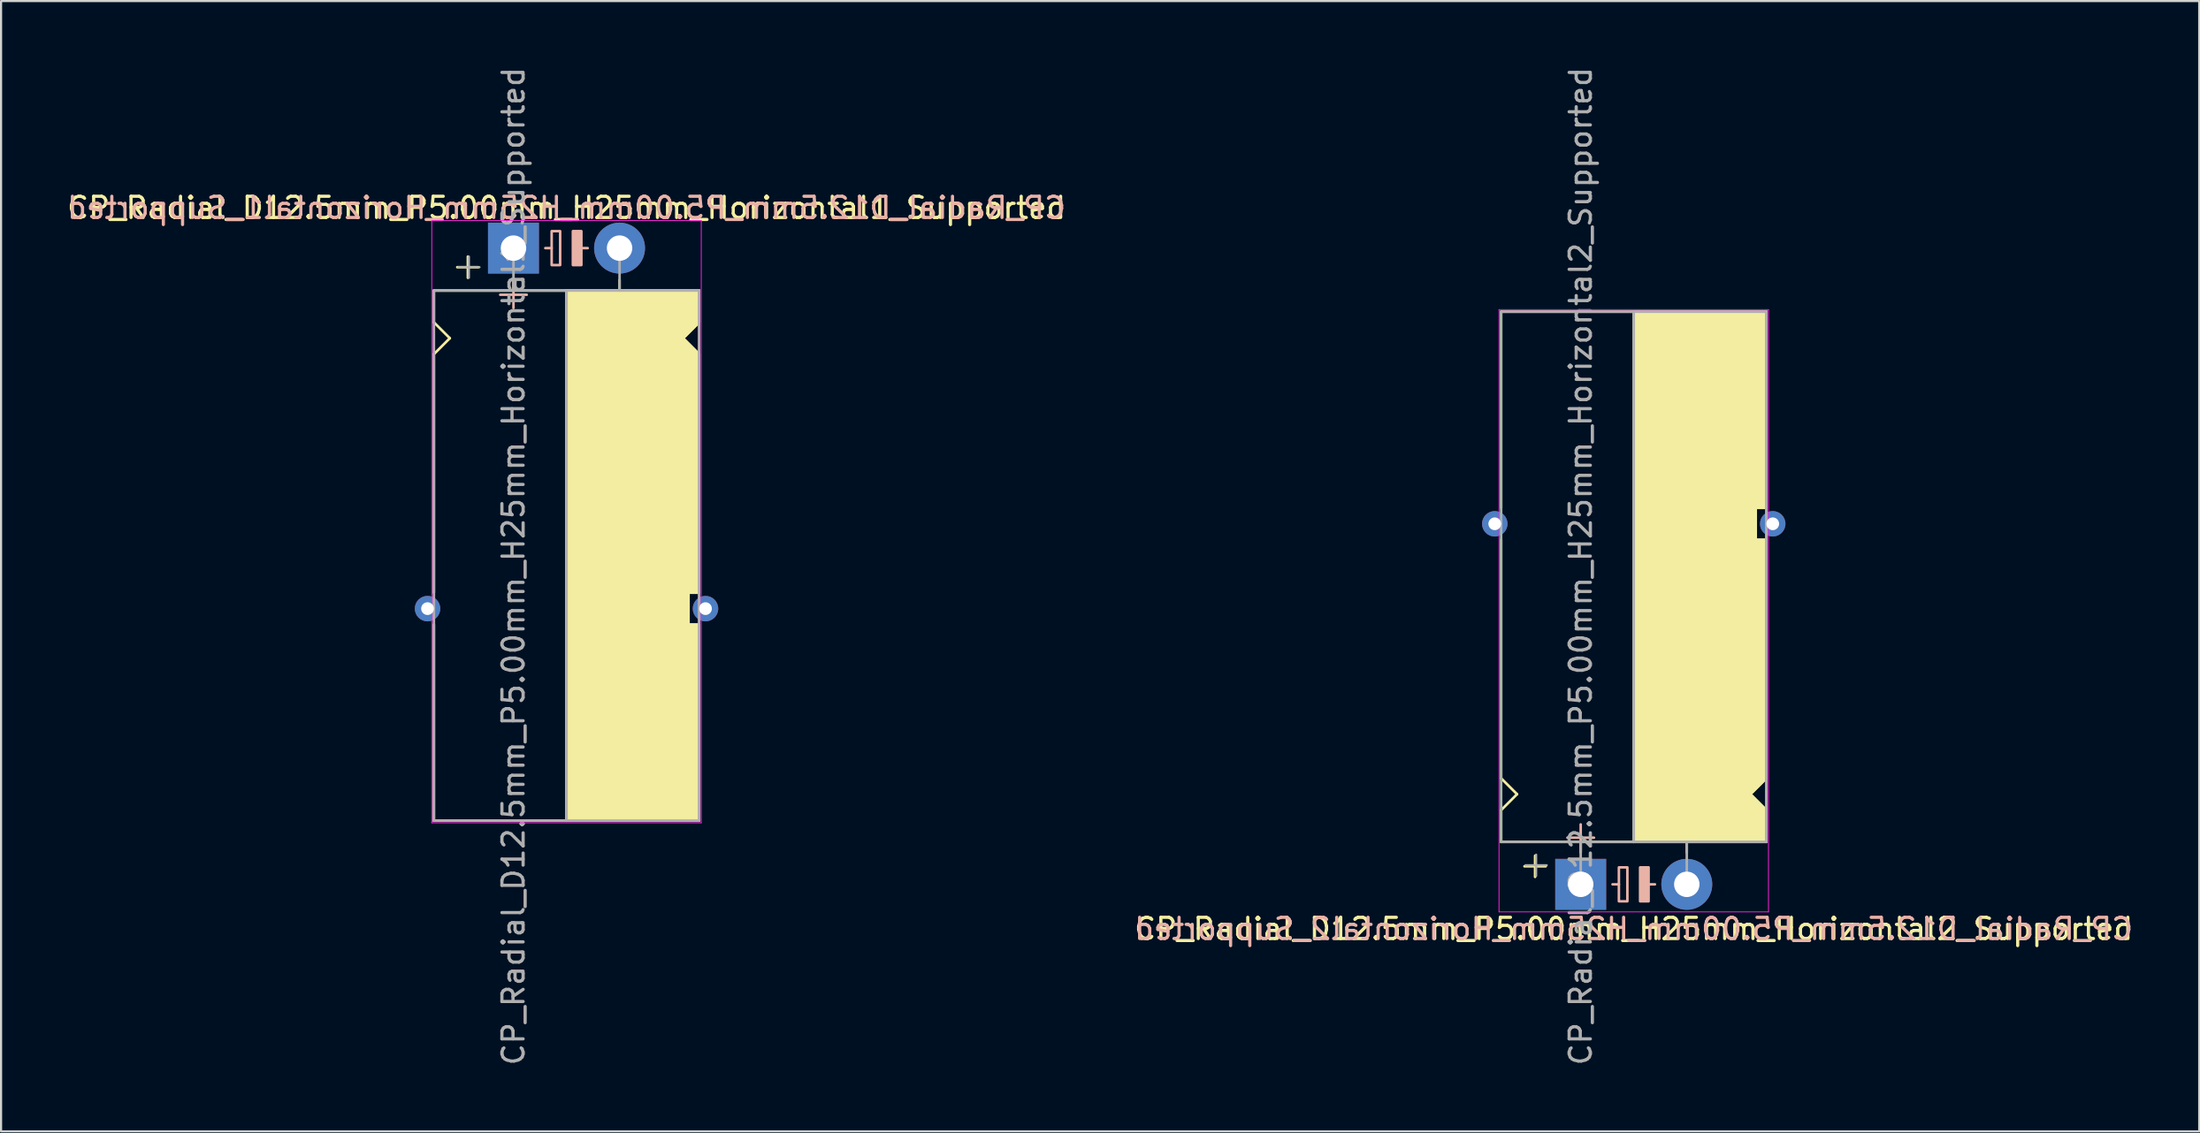
<source format=kicad_pcb>
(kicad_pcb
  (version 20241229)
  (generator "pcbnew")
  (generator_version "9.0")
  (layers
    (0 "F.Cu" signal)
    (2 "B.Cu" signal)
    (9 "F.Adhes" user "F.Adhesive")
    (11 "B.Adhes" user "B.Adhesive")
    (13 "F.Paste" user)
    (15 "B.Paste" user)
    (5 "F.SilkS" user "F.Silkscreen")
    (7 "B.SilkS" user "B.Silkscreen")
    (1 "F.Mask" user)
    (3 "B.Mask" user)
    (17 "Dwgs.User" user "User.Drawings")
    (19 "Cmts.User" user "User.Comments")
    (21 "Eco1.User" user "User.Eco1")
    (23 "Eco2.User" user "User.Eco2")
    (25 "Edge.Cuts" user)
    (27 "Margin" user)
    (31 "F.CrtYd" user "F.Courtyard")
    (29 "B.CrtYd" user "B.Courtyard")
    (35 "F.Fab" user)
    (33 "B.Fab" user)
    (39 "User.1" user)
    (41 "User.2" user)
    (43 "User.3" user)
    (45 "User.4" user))
  (footprint "CP_Radial_D12.5mm_P5.00mm_H25mm_Horizontal1_Supported"
    (layer "F.Cu")
    (at 21.149 8.649)
    (property "Reference" "CP_Radial_D12.5mm_P5.00mm_H25mm_Horizontal1_Supported" (at 2.5 -1.9 180) (layer "F.SilkS") (effects (font (size 1 1) (thickness 0.15))))
    (fp_line (start -3.75 2) (end -3.75 3.5) (stroke (width 0.12) (type solid)) (layer "F.SilkS"))
    (fp_line (start -3.75 3.5) (end -3 4.25) (stroke (width 0.12) (type solid)) (layer "F.SilkS"))
    (fp_line (start -3.75 5) (end -3.75 16.25) (stroke (width 0.12) (type solid)) (layer "F.SilkS"))
    (fp_line (start -3.75 27) (end -3.75 17.75) (stroke (width 0.12) (type solid)) (layer "F.SilkS"))
    (fp_line (start -3 4.25) (end -3.75 5) (stroke (width 0.12) (type solid)) (layer "F.SilkS"))
    (fp_line (start -2.15 0.4) (end -2.15 1.4) (stroke (width 0.12) (type solid)) (layer "F.SilkS"))
    (fp_line (start -1.65 0.9) (end -2.65 0.9) (stroke (width 0.12) (type solid)) (layer "F.SilkS"))
    (fp_line (start 0 1.5) (end 0 2) (stroke (width 0.12) (type solid)) (layer "F.SilkS"))
    (fp_line (start 2.5 2) (end -3.75 2) (stroke (width 0.12) (type solid)) (layer "F.SilkS"))
    (fp_line (start 2.5 2) (end 2.5 27) (stroke (width 0.12) (type solid)) (layer "F.SilkS"))
    (fp_line (start 2.5 2) (end 8.75 2) (stroke (width 0.12) (type solid)) (layer "F.SilkS"))
    (fp_line (start 5 1.5) (end 5 2) (stroke (width 0.12) (type solid)) (layer "F.SilkS"))
    (fp_line (start 8 4.25) (end 8.75 5) (stroke (width 0.12) (type solid)) (layer "F.SilkS"))
    (fp_line (start 8.25 16.25) (end 8.75 16.25) (stroke (width 0.12) (type solid)) (layer "F.SilkS"))
    (fp_line (start 8.25 17.75) (end 8.25 16.25) (stroke (width 0.12) (type solid)) (layer "F.SilkS"))
    (fp_line (start 8.75 2) (end 8.75 3.5) (stroke (width 0.12) (type solid)) (layer "F.SilkS"))
    (fp_line (start 8.75 3.5) (end 8 4.25) (stroke (width 0.12) (type solid)) (layer "F.SilkS"))
    (fp_line (start 8.75 5) (end 8.75 16.25) (stroke (width 0.12) (type solid)) (layer "F.SilkS"))
    (fp_line (start 8.75 17.75) (end 8.25 17.75) (stroke (width 0.12) (type solid)) (layer "F.SilkS"))
    (fp_line (start 8.75 27) (end -3.75 27) (stroke (width 0.12) (type solid)) (layer "F.SilkS"))
    (fp_line (start 8.75 27) (end 8.75 17.75) (stroke (width 0.12) (type solid)) (layer "F.SilkS"))
    (fp_poly (pts (xy 8.75 3.5) (xy 8 4.25) (xy 8.75 5) (xy 8.75 16.25) (xy 8.25 16.25) (xy 8.25 17.75) (xy 8.75 17.75) (xy 8.75 27) (xy 2.5 27) (xy 2.5 2) (xy 8.75 2)) (stroke (width 0.1) (type solid)) (fill yes) (layer "F.SilkS"))
    (fp_line (start 0 1.575) (end 0 2.825) (stroke (width 0.12) (type solid)) (layer "B.SilkS"))
    (fp_line (start 0.625 2.2) (end -0.625 2.2) (stroke (width 0.12) (type solid)) (layer "B.SilkS"))
    (fp_line (start 1.8 0) (end 1.5 0) (stroke (width 0.12) (type solid)) (layer "B.SilkS"))
    (fp_line (start 3.5 0) (end 3.2 0) (stroke (width 0.12) (type solid)) (layer "B.SilkS"))
    (fp_rect (start 2.2 -0.8) (end 1.8 0.8) (stroke (width 0.12) (type solid)) (fill no) (layer "B.SilkS"))
    (fp_rect (start 3.2 -0.8) (end 2.8 0.8) (stroke (width 0.12) (type solid)) (fill yes) (layer "B.SilkS"))
    (fp_line (start -3.85 -1.3) (end 8.85 -1.3) (stroke (width 0.04) (type solid)) (layer "F.CrtYd"))
    (fp_line (start -3.85 27.1) (end -3.85 -1.3) (stroke (width 0.04) (type solid)) (layer "F.CrtYd"))
    (fp_line (start 8.85 -1.3) (end 8.85 27.1) (stroke (width 0.04) (type solid)) (layer "F.CrtYd"))
    (fp_line (start 8.85 27.1) (end -3.85 27.1) (stroke (width 0.04) (type solid)) (layer "F.CrtYd"))
    (fp_line (start -3.75 2) (end -3.75 27) (stroke (width 0.12) (type solid)) (layer "F.Fab"))
    (fp_line (start -3.75 27) (end 8.75 27) (stroke (width 0.12) (type solid)) (layer "F.Fab"))
    (fp_line (start -2.6 0.9) (end -1.6 0.9) (stroke (width 0.1) (type solid)) (layer "F.Fab"))
    (fp_line (start -2.1 1.4) (end -2.1 0.4) (stroke (width 0.1) (type solid)) (layer "F.Fab"))
    (fp_line (start 0 0) (end 0 2) (stroke (width 0.12) (type solid)) (layer "F.Fab"))
    (fp_line (start 0 2) (end -3.75 2) (stroke (width 0.12) (type solid)) (layer "F.Fab"))
    (fp_line (start 2.5 2) (end 2.5 27) (stroke (width 0.12) (type solid)) (layer "F.Fab"))
    (fp_line (start 5 2) (end 5 0) (stroke (width 0.12) (type solid)) (layer "F.Fab"))
    (fp_line (start 8.75 2) (end 0 2) (stroke (width 0.12) (type solid)) (layer "F.Fab"))
    (fp_line (start 8.75 27) (end 8.75 2) (stroke (width 0.12) (type solid)) (layer "F.Fab"))
    (fp_poly (pts (xy 8.75 27) (xy 2.5 27) (xy 2.5 2) (xy 8.75 2)) (stroke (width 0.1) (type solid)) (fill no) (layer "F.Fab"))
    (fp_text user "${REFERENCE}" (at 2.5 -1.9 0) (layer "B.SilkS") (effects (font (size 1 1) (thickness 0.15)) (justify mirror)))
    (fp_text user "${REFERENCE}" (at 0 15 90) (layer "F.Fab") (effects (font (size 1 1) (thickness 0.15))))
    (pad "1" thru_hole rect (at 0 0) (size 2.4 2.4) (drill 1.2) (layers "*.Cu" "*.Mask"))
    (pad "2" thru_hole circle (at 5 0) (size 2.4 2.4) (drill 1.2) (layers "*.Cu" "*.Mask"))
    (pad "~" thru_hole circle (at -4.05 17) (size 1.2 1.2) (drill 0.6) (layers "*.Cu" "*.Mask"))
    (pad "~" thru_hole circle (at 9.05 17) (size 1.2 1.2) (drill 0.6) (layers "*.Cu" "*.Mask")))
  (footprint "CP_Radial_D12.5mm_P5.00mm_H25mm_Horizontal2_Supported"
    (layer "F.Cu")
    (at 71.446 38.649)
    (property "Reference" "CP_Radial_D12.5mm_P5.00mm_H25mm_Horizontal2_Supported" (at 2.5 2.1 180) (layer "F.SilkS") (effects (font (size 1 1) (thickness 0.15))))
    (fp_line (start -3.75 -27) (end -3.75 -17.75) (stroke (width 0.12) (type solid)) (layer "F.SilkS"))
    (fp_line (start -3.75 -5) (end -3.75 -16.25) (stroke (width 0.12) (type solid)) (layer "F.SilkS"))
    (fp_line (start -3.75 -3.5) (end -3 -4.25) (stroke (width 0.12) (type solid)) (layer "F.SilkS"))
    (fp_line (start -3.75 -2) (end -3.75 -3.5) (stroke (width 0.12) (type solid)) (layer "F.SilkS"))
    (fp_line (start -3 -4.25) (end -3.75 -5) (stroke (width 0.12) (type solid)) (layer "F.SilkS"))
    (fp_line (start -2.15 -1.35) (end -2.15 -0.35) (stroke (width 0.12) (type solid)) (layer "F.SilkS"))
    (fp_line (start -1.65 -0.85) (end -2.65 -0.85) (stroke (width 0.12) (type solid)) (layer "F.SilkS"))
    (fp_line (start 0 -1.5) (end 0 -2) (stroke (width 0.12) (type solid)) (layer "F.SilkS"))
    (fp_line (start 2.5 -2) (end -3.75 -2) (stroke (width 0.12) (type solid)) (layer "F.SilkS"))
    (fp_line (start 2.5 -2) (end 2.5 -27) (stroke (width 0.12) (type solid)) (layer "F.SilkS"))
    (fp_line (start 2.5 -2) (end 8.75 -2) (stroke (width 0.12) (type solid)) (layer "F.SilkS"))
    (fp_line (start 5 -1.5) (end 5 -2) (stroke (width 0.12) (type solid)) (layer "F.SilkS"))
    (fp_line (start 8 -4.25) (end 8.75 -5) (stroke (width 0.12) (type solid)) (layer "F.SilkS"))
    (fp_line (start 8.25 -17.75) (end 8.25 -16.25) (stroke (width 0.12) (type solid)) (layer "F.SilkS"))
    (fp_line (start 8.25 -16.25) (end 8.75 -16.25) (stroke (width 0.12) (type solid)) (layer "F.SilkS"))
    (fp_line (start 8.75 -27) (end -3.75 -27) (stroke (width 0.12) (type solid)) (layer "F.SilkS"))
    (fp_line (start 8.75 -27) (end 8.75 -17.75) (stroke (width 0.12) (type solid)) (layer "F.SilkS"))
    (fp_line (start 8.75 -17.75) (end 8.25 -17.75) (stroke (width 0.12) (type solid)) (layer "F.SilkS"))
    (fp_line (start 8.75 -5) (end 8.75 -16.25) (stroke (width 0.12) (type solid)) (layer "F.SilkS"))
    (fp_line (start 8.75 -3.5) (end 8 -4.25) (stroke (width 0.12) (type solid)) (layer "F.SilkS"))
    (fp_line (start 8.75 -2) (end 8.75 -3.5) (stroke (width 0.12) (type solid)) (layer "F.SilkS"))
    (fp_poly (pts (xy 8.75 -3.5) (xy 8 -4.25) (xy 8.75 -5) (xy 8.75 -16.25) (xy 8.25 -16.25) (xy 8.25 -17.75) (xy 8.75 -17.75) (xy 8.75 -27) (xy 2.5 -27) (xy 2.5 -2) (xy 8.75 -2)) (stroke (width 0.1) (type solid)) (fill yes) (layer "F.SilkS"))
    (fp_line (start 0 -2.825) (end 0 -1.575) (stroke (width 0.12) (type solid)) (layer "B.SilkS"))
    (fp_line (start 0.625 -2.2) (end -0.625 -2.2) (stroke (width 0.12) (type solid)) (layer "B.SilkS"))
    (fp_line (start 1.8 0) (end 1.5 0) (stroke (width 0.12) (type solid)) (layer "B.SilkS"))
    (fp_line (start 3.5 0) (end 3.2 0) (stroke (width 0.12) (type solid)) (layer "B.SilkS"))
    (fp_rect (start 2.2 -0.8) (end 1.8 0.8) (stroke (width 0.12) (type solid)) (fill no) (layer "B.SilkS"))
    (fp_rect (start 3.2 -0.8) (end 2.8 0.8) (stroke (width 0.12) (type solid)) (fill yes) (layer "B.SilkS"))
    (fp_line (start -3.85 -27.1) (end -3.85 1.3) (stroke (width 0.04) (type solid)) (layer "F.CrtYd"))
    (fp_line (start 8.85 -27.1) (end -3.85 -27.1) (stroke (width 0.04) (type solid)) (layer "F.CrtYd"))
    (fp_line (start 8.85 1.3) (end -3.85 1.3) (stroke (width 0.04) (type solid)) (layer "F.CrtYd"))
    (fp_line (start 8.85 1.3) (end 8.85 -27.1) (stroke (width 0.04) (type solid)) (layer "F.CrtYd"))
    (fp_line (start -3.75 -27) (end 8.75 -27) (stroke (width 0.12) (type solid)) (layer "F.Fab"))
    (fp_line (start -3.75 -2) (end -3.75 -27) (stroke (width 0.12) (type solid)) (layer "F.Fab"))
    (fp_line (start -2.6 -0.9) (end -1.6 -0.9) (stroke (width 0.1) (type solid)) (layer "F.Fab"))
    (fp_line (start -2.1 -0.4) (end -2.1 -1.4) (stroke (width 0.1) (type solid)) (layer "F.Fab"))
    (fp_line (start 0 -2) (end -3.75 -2) (stroke (width 0.12) (type solid)) (layer "F.Fab"))
    (fp_line (start 0 0) (end 0 -2) (stroke (width 0.12) (type solid)) (layer "F.Fab"))
    (fp_line (start 2.5 -2) (end 2.5 -27) (stroke (width 0.12) (type solid)) (layer "F.Fab"))
    (fp_line (start 5 -2) (end 5 0) (stroke (width 0.12) (type solid)) (layer "F.Fab"))
    (fp_line (start 8.75 -27) (end 8.75 -2) (stroke (width 0.12) (type solid)) (layer "F.Fab"))
    (fp_line (start 8.75 -2) (end 0 -2) (stroke (width 0.12) (type solid)) (layer "F.Fab"))
    (fp_poly (pts (xy 8.75 -27) (xy 2.5 -27) (xy 2.5 -2) (xy 8.75 -2)) (stroke (width 0.1) (type solid)) (fill no) (layer "F.Fab"))
    (fp_text user "${REFERENCE}" (at 2.5 2.1 0) (layer "B.SilkS") (effects (font (size 1 1) (thickness 0.15)) (justify mirror)))
    (fp_text user "${REFERENCE}" (at 0 -15 90) (layer "F.Fab") (effects (font (size 1 1) (thickness 0.15))))
    (pad "1" thru_hole rect (at 0 0) (size 2.4 2.4) (drill 1.2) (layers "*.Cu" "*.Mask"))
    (pad "2" thru_hole circle (at 5 0) (size 2.4 2.4) (drill 1.2) (layers "*.Cu" "*.Mask"))
    (pad "~" thru_hole circle (at -4.05 -17 180) (size 1.2 1.2) (drill 0.6) (layers "*.Cu" "*.Mask"))
    (pad "~" thru_hole circle (at 9.05 -17 180) (size 1.2 1.2) (drill 0.6) (layers "*.Cu" "*.Mask")))
  (gr_rect
    (start -3 -3)
    (end 100.595 50.298)
    (stroke (width 0.1) (type default))
    (fill no)
    (layer "Edge.Cuts")))
</source>
